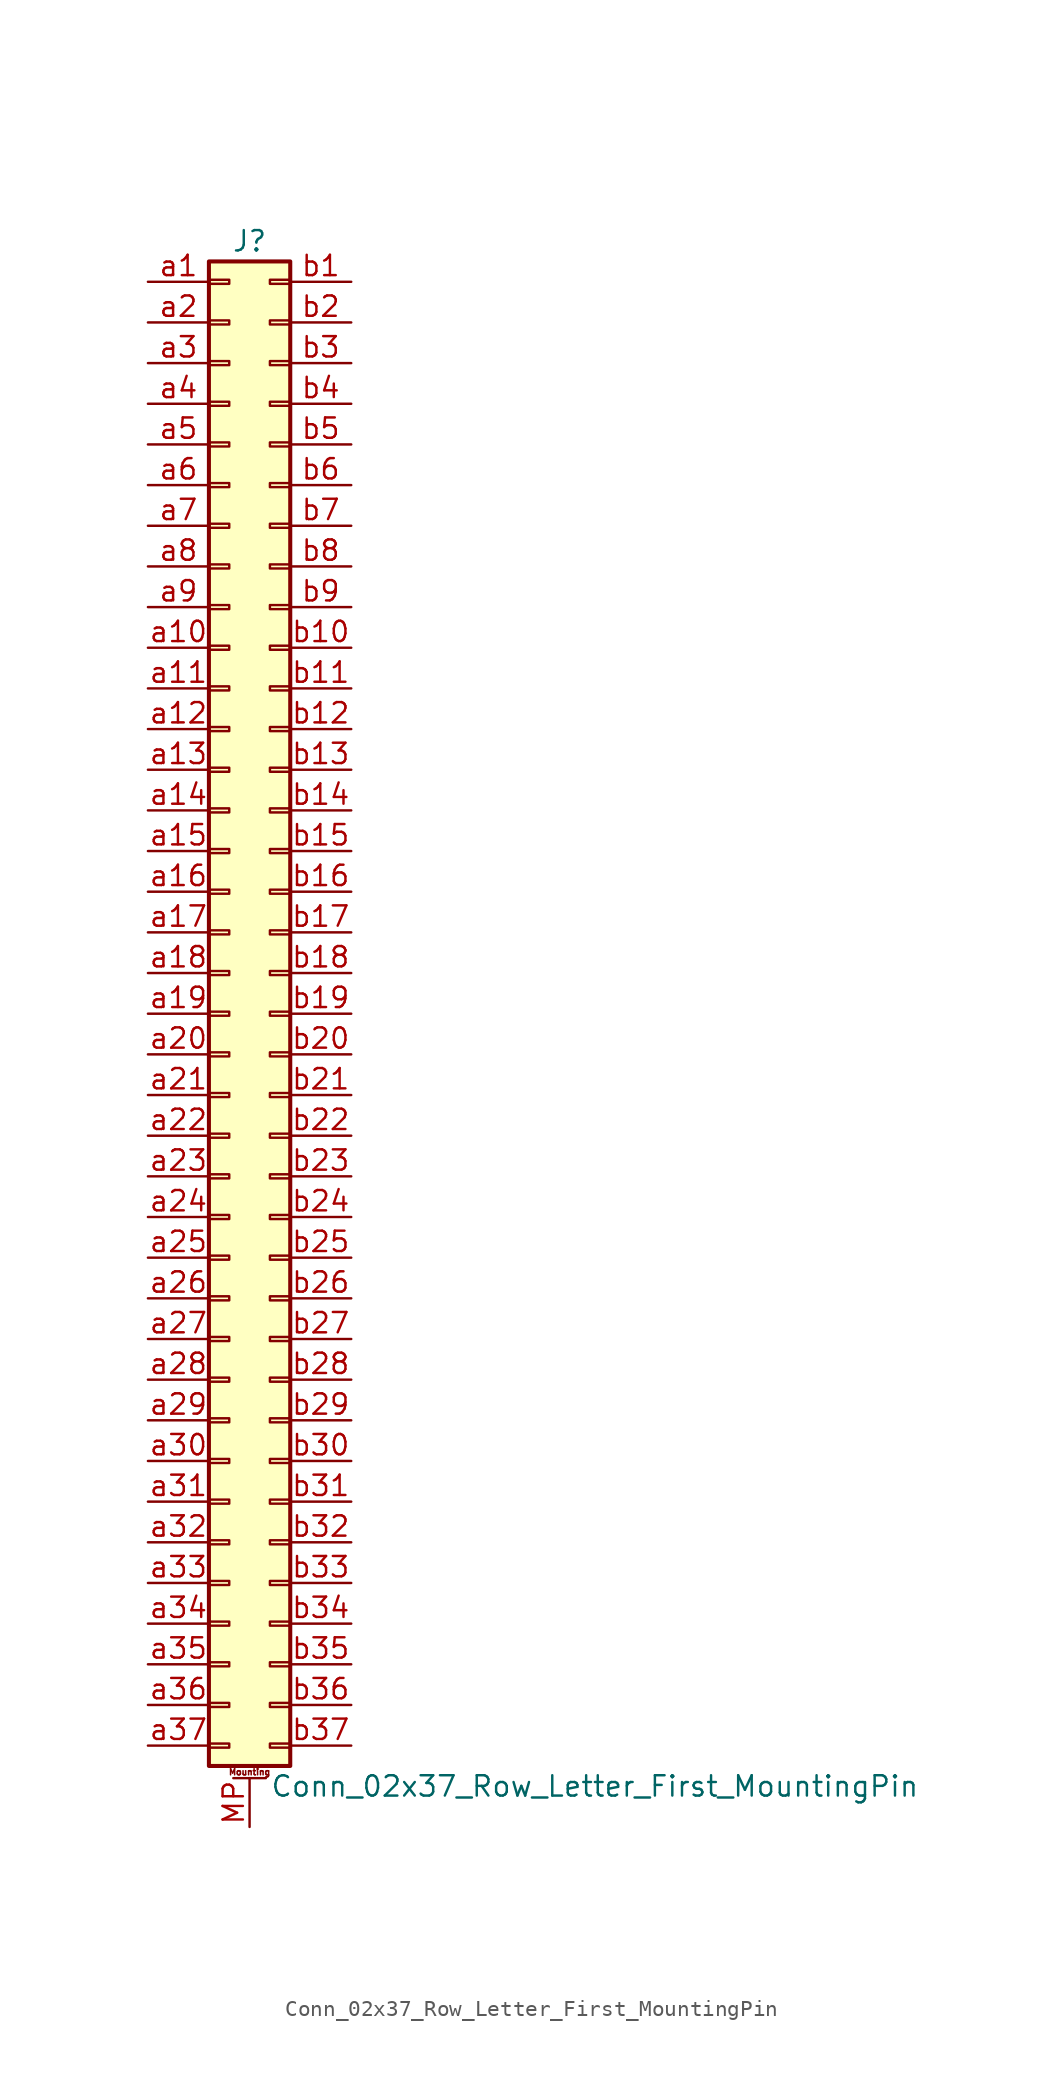
<source format=kicad_sym>
(kicad_symbol_lib
  (version 20220914)
  (generator kicad_symbol_editor)
  (symbol "Conn_02x37_Row_Letter_First_MountingPin"
    (pin_names
      (offset 1.016) hide)
    (property "Reference" "J"
      (at 1.27 48.26 0)
      (effects (font (size 1.27 1.27))))
    (property "Value" "Conn_02x37_Row_Letter_First_MountingPin"
      (at 2.54 -48.26 0)
      (effects (font (size 1.27 1.27)) (justify left)))
    (symbol "Conn_02x37_Row_Letter_First_MountingPin_1_1"
      (rectangle (start -1.27 -45.593) (end 0 -45.847) (stroke (width 0.152) (type default)) (fill (type none)))
      (rectangle (start -1.27 -43.053) (end 0 -43.307) (stroke (width 0.152) (type default)) (fill (type none)))
      (rectangle (start -1.27 -40.513) (end 0 -40.767) (stroke (width 0.152) (type default)) (fill (type none)))
      (rectangle (start -1.27 -37.973) (end 0 -38.227) (stroke (width 0.152) (type default)) (fill (type none)))
      (rectangle (start -1.27 -35.433) (end 0 -35.687) (stroke (width 0.152) (type default)) (fill (type none)))
      (rectangle (start -1.27 -32.893) (end 0 -33.147) (stroke (width 0.152) (type default)) (fill (type none)))
      (rectangle (start -1.27 -30.353) (end 0 -30.607) (stroke (width 0.152) (type default)) (fill (type none)))
      (rectangle (start -1.27 -27.813) (end 0 -28.067) (stroke (width 0.152) (type default)) (fill (type none)))
      (rectangle (start -1.27 -25.273) (end 0 -25.527) (stroke (width 0.152) (type default)) (fill (type none)))
      (rectangle (start -1.27 -22.733) (end 0 -22.987) (stroke (width 0.152) (type default)) (fill (type none)))
      (rectangle (start -1.27 -20.193) (end 0 -20.447) (stroke (width 0.152) (type default)) (fill (type none)))
      (rectangle (start -1.27 -17.653) (end 0 -17.907) (stroke (width 0.152) (type default)) (fill (type none)))
      (rectangle (start -1.27 -15.113) (end 0 -15.367) (stroke (width 0.152) (type default)) (fill (type none)))
      (rectangle (start -1.27 -12.573) (end 0 -12.827) (stroke (width 0.152) (type default)) (fill (type none)))
      (rectangle (start -1.27 -10.033) (end 0 -10.287) (stroke (width 0.152) (type default)) (fill (type none)))
      (rectangle (start -1.27 -7.493) (end 0 -7.747) (stroke (width 0.152) (type default)) (fill (type none)))
      (rectangle (start -1.27 -4.953) (end 0 -5.207) (stroke (width 0.152) (type default)) (fill (type none)))
      (rectangle (start -1.27 -2.413) (end 0 -2.667) (stroke (width 0.152) (type default)) (fill (type none)))
      (rectangle (start -1.27 0.127) (end 0 -0.127) (stroke (width 0.152) (type default)) (fill (type none)))
      (rectangle (start -1.27 2.667) (end 0 2.413) (stroke (width 0.152) (type default)) (fill (type none)))
      (rectangle (start -1.27 5.207) (end 0 4.953) (stroke (width 0.152) (type default)) (fill (type none)))
      (rectangle (start -1.27 7.747) (end 0 7.493) (stroke (width 0.152) (type default)) (fill (type none)))
      (rectangle (start -1.27 10.287) (end 0 10.033) (stroke (width 0.152) (type default)) (fill (type none)))
      (rectangle (start -1.27 12.827) (end 0 12.573) (stroke (width 0.152) (type default)) (fill (type none)))
      (rectangle (start -1.27 15.367) (end 0 15.113) (stroke (width 0.152) (type default)) (fill (type none)))
      (rectangle (start -1.27 17.907) (end 0 17.653) (stroke (width 0.152) (type default)) (fill (type none)))
      (rectangle (start -1.27 20.447) (end 0 20.193) (stroke (width 0.152) (type default)) (fill (type none)))
      (rectangle (start -1.27 22.987) (end 0 22.733) (stroke (width 0.152) (type default)) (fill (type none)))
      (rectangle (start -1.27 25.527) (end 0 25.273) (stroke (width 0.152) (type default)) (fill (type none)))
      (rectangle (start -1.27 28.067) (end 0 27.813) (stroke (width 0.152) (type default)) (fill (type none)))
      (rectangle (start -1.27 30.607) (end 0 30.353) (stroke (width 0.152) (type default)) (fill (type none)))
      (rectangle (start -1.27 33.147) (end 0 32.893) (stroke (width 0.152) (type default)) (fill (type none)))
      (rectangle (start -1.27 35.687) (end 0 35.433) (stroke (width 0.152) (type default)) (fill (type none)))
      (rectangle (start -1.27 38.227) (end 0 37.973) (stroke (width 0.152) (type default)) (fill (type none)))
      (rectangle (start -1.27 40.767) (end 0 40.513) (stroke (width 0.152) (type default)) (fill (type none)))
      (rectangle (start -1.27 43.307) (end 0 43.053) (stroke (width 0.152) (type default)) (fill (type none)))
      (rectangle (start -1.27 45.847) (end 0 45.593) (stroke (width 0.152) (type default)) (fill (type none)))
      (rectangle (start -1.27 46.99) (end 3.81 -46.99) (stroke (width 0.254) (type default)) (fill (type background)))
      (polyline (pts (xy 0.254 -47.752) (xy 2.286 -47.752)) (stroke (width 0.152) (type default)) (fill (type none)))
      (rectangle (start 3.81 -45.593) (end 2.54 -45.847) (stroke (width 0.152) (type default)) (fill (type none)))
      (rectangle (start 3.81 -43.053) (end 2.54 -43.307) (stroke (width 0.152) (type default)) (fill (type none)))
      (rectangle (start 3.81 -40.513) (end 2.54 -40.767) (stroke (width 0.152) (type default)) (fill (type none)))
      (rectangle (start 3.81 -37.973) (end 2.54 -38.227) (stroke (width 0.152) (type default)) (fill (type none)))
      (rectangle (start 3.81 -35.433) (end 2.54 -35.687) (stroke (width 0.152) (type default)) (fill (type none)))
      (rectangle (start 3.81 -32.893) (end 2.54 -33.147) (stroke (width 0.152) (type default)) (fill (type none)))
      (rectangle (start 3.81 -30.353) (end 2.54 -30.607) (stroke (width 0.152) (type default)) (fill (type none)))
      (rectangle (start 3.81 -27.813) (end 2.54 -28.067) (stroke (width 0.152) (type default)) (fill (type none)))
      (rectangle (start 3.81 -25.273) (end 2.54 -25.527) (stroke (width 0.152) (type default)) (fill (type none)))
      (rectangle (start 3.81 -22.733) (end 2.54 -22.987) (stroke (width 0.152) (type default)) (fill (type none)))
      (rectangle (start 3.81 -20.193) (end 2.54 -20.447) (stroke (width 0.152) (type default)) (fill (type none)))
      (rectangle (start 3.81 -17.653) (end 2.54 -17.907) (stroke (width 0.152) (type default)) (fill (type none)))
      (rectangle (start 3.81 -15.113) (end 2.54 -15.367) (stroke (width 0.152) (type default)) (fill (type none)))
      (rectangle (start 3.81 -12.573) (end 2.54 -12.827) (stroke (width 0.152) (type default)) (fill (type none)))
      (rectangle (start 3.81 -10.033) (end 2.54 -10.287) (stroke (width 0.152) (type default)) (fill (type none)))
      (rectangle (start 3.81 -7.493) (end 2.54 -7.747) (stroke (width 0.152) (type default)) (fill (type none)))
      (rectangle (start 3.81 -4.953) (end 2.54 -5.207) (stroke (width 0.152) (type default)) (fill (type none)))
      (rectangle (start 3.81 -2.413) (end 2.54 -2.667) (stroke (width 0.152) (type default)) (fill (type none)))
      (rectangle (start 3.81 0.127) (end 2.54 -0.127) (stroke (width 0.152) (type default)) (fill (type none)))
      (rectangle (start 3.81 2.667) (end 2.54 2.413) (stroke (width 0.152) (type default)) (fill (type none)))
      (rectangle (start 3.81 5.207) (end 2.54 4.953) (stroke (width 0.152) (type default)) (fill (type none)))
      (rectangle (start 3.81 7.747) (end 2.54 7.493) (stroke (width 0.152) (type default)) (fill (type none)))
      (rectangle (start 3.81 10.287) (end 2.54 10.033) (stroke (width 0.152) (type default)) (fill (type none)))
      (rectangle (start 3.81 12.827) (end 2.54 12.573) (stroke (width 0.152) (type default)) (fill (type none)))
      (rectangle (start 3.81 15.367) (end 2.54 15.113) (stroke (width 0.152) (type default)) (fill (type none)))
      (rectangle (start 3.81 17.907) (end 2.54 17.653) (stroke (width 0.152) (type default)) (fill (type none)))
      (rectangle (start 3.81 20.447) (end 2.54 20.193) (stroke (width 0.152) (type default)) (fill (type none)))
      (rectangle (start 3.81 22.987) (end 2.54 22.733) (stroke (width 0.152) (type default)) (fill (type none)))
      (rectangle (start 3.81 25.527) (end 2.54 25.273) (stroke (width 0.152) (type default)) (fill (type none)))
      (rectangle (start 3.81 28.067) (end 2.54 27.813) (stroke (width 0.152) (type default)) (fill (type none)))
      (rectangle (start 3.81 30.607) (end 2.54 30.353) (stroke (width 0.152) (type default)) (fill (type none)))
      (rectangle (start 3.81 33.147) (end 2.54 32.893) (stroke (width 0.152) (type default)) (fill (type none)))
      (rectangle (start 3.81 35.687) (end 2.54 35.433) (stroke (width 0.152) (type default)) (fill (type none)))
      (rectangle (start 3.81 38.227) (end 2.54 37.973) (stroke (width 0.152) (type default)) (fill (type none)))
      (rectangle (start 3.81 40.767) (end 2.54 40.513) (stroke (width 0.152) (type default)) (fill (type none)))
      (rectangle (start 3.81 43.307) (end 2.54 43.053) (stroke (width 0.152) (type default)) (fill (type none)))
      (rectangle (start 3.81 45.847) (end 2.54 45.593) (stroke (width 0.152) (type default)) (fill (type none)))
      (text "Mounting" (at 1.27 -47.371 0) (effects (font (size 0.381 0.381))))
      (pin passive line (at 1.27 -50.8 90) (length 3.048) (name "MountPin" (effects (font (size 1.27 1.27)))) (number "MP" (effects (font (size 1.27 1.27)))))
      (pin passive line (at -5.08 45.72 0) (length 3.81) (name "Pin_a1" (effects (font (size 1.27 1.27)))) (number "a1" (effects (font (size 1.27 1.27)))))
      (pin passive line (at -5.08 22.86 0) (length 3.81) (name "Pin_a10" (effects (font (size 1.27 1.27)))) (number "a10" (effects (font (size 1.27 1.27)))))
      (pin passive line (at -5.08 20.32 0) (length 3.81) (name "Pin_a11" (effects (font (size 1.27 1.27)))) (number "a11" (effects (font (size 1.27 1.27)))))
      (pin passive line (at -5.08 17.78 0) (length 3.81) (name "Pin_a12" (effects (font (size 1.27 1.27)))) (number "a12" (effects (font (size 1.27 1.27)))))
      (pin passive line (at -5.08 15.24 0) (length 3.81) (name "Pin_a13" (effects (font (size 1.27 1.27)))) (number "a13" (effects (font (size 1.27 1.27)))))
      (pin passive line (at -5.08 12.7 0) (length 3.81) (name "Pin_a14" (effects (font (size 1.27 1.27)))) (number "a14" (effects (font (size 1.27 1.27)))))
      (pin passive line (at -5.08 10.16 0) (length 3.81) (name "Pin_a15" (effects (font (size 1.27 1.27)))) (number "a15" (effects (font (size 1.27 1.27)))))
      (pin passive line (at -5.08 7.62 0) (length 3.81) (name "Pin_a16" (effects (font (size 1.27 1.27)))) (number "a16" (effects (font (size 1.27 1.27)))))
      (pin passive line (at -5.08 5.08 0) (length 3.81) (name "Pin_a17" (effects (font (size 1.27 1.27)))) (number "a17" (effects (font (size 1.27 1.27)))))
      (pin passive line (at -5.08 2.54 0) (length 3.81) (name "Pin_a18" (effects (font (size 1.27 1.27)))) (number "a18" (effects (font (size 1.27 1.27)))))
      (pin passive line (at -5.08 0 0) (length 3.81) (name "Pin_a19" (effects (font (size 1.27 1.27)))) (number "a19" (effects (font (size 1.27 1.27)))))
      (pin passive line (at -5.08 43.18 0) (length 3.81) (name "Pin_a2" (effects (font (size 1.27 1.27)))) (number "a2" (effects (font (size 1.27 1.27)))))
      (pin passive line (at -5.08 -2.54 0) (length 3.81) (name "Pin_a20" (effects (font (size 1.27 1.27)))) (number "a20" (effects (font (size 1.27 1.27)))))
      (pin passive line (at -5.08 -5.08 0) (length 3.81) (name "Pin_a21" (effects (font (size 1.27 1.27)))) (number "a21" (effects (font (size 1.27 1.27)))))
      (pin passive line (at -5.08 -7.62 0) (length 3.81) (name "Pin_a22" (effects (font (size 1.27 1.27)))) (number "a22" (effects (font (size 1.27 1.27)))))
      (pin passive line (at -5.08 -10.16 0) (length 3.81) (name "Pin_a23" (effects (font (size 1.27 1.27)))) (number "a23" (effects (font (size 1.27 1.27)))))
      (pin passive line (at -5.08 -12.7 0) (length 3.81) (name "Pin_a24" (effects (font (size 1.27 1.27)))) (number "a24" (effects (font (size 1.27 1.27)))))
      (pin passive line (at -5.08 -15.24 0) (length 3.81) (name "Pin_a25" (effects (font (size 1.27 1.27)))) (number "a25" (effects (font (size 1.27 1.27)))))
      (pin passive line (at -5.08 -17.78 0) (length 3.81) (name "Pin_a26" (effects (font (size 1.27 1.27)))) (number "a26" (effects (font (size 1.27 1.27)))))
      (pin passive line (at -5.08 -20.32 0) (length 3.81) (name "Pin_a27" (effects (font (size 1.27 1.27)))) (number "a27" (effects (font (size 1.27 1.27)))))
      (pin passive line (at -5.08 -22.86 0) (length 3.81) (name "Pin_a28" (effects (font (size 1.27 1.27)))) (number "a28" (effects (font (size 1.27 1.27)))))
      (pin passive line (at -5.08 -25.4 0) (length 3.81) (name "Pin_a29" (effects (font (size 1.27 1.27)))) (number "a29" (effects (font (size 1.27 1.27)))))
      (pin passive line (at -5.08 40.64 0) (length 3.81) (name "Pin_a3" (effects (font (size 1.27 1.27)))) (number "a3" (effects (font (size 1.27 1.27)))))
      (pin passive line (at -5.08 -27.94 0) (length 3.81) (name "Pin_a30" (effects (font (size 1.27 1.27)))) (number "a30" (effects (font (size 1.27 1.27)))))
      (pin passive line (at -5.08 -30.48 0) (length 3.81) (name "Pin_a31" (effects (font (size 1.27 1.27)))) (number "a31" (effects (font (size 1.27 1.27)))))
      (pin passive line (at -5.08 -33.02 0) (length 3.81) (name "Pin_a32" (effects (font (size 1.27 1.27)))) (number "a32" (effects (font (size 1.27 1.27)))))
      (pin passive line (at -5.08 -35.56 0) (length 3.81) (name "Pin_a33" (effects (font (size 1.27 1.27)))) (number "a33" (effects (font (size 1.27 1.27)))))
      (pin passive line (at -5.08 -38.1 0) (length 3.81) (name "Pin_a34" (effects (font (size 1.27 1.27)))) (number "a34" (effects (font (size 1.27 1.27)))))
      (pin passive line (at -5.08 -40.64 0) (length 3.81) (name "Pin_a35" (effects (font (size 1.27 1.27)))) (number "a35" (effects (font (size 1.27 1.27)))))
      (pin passive line (at -5.08 -43.18 0) (length 3.81) (name "Pin_a36" (effects (font (size 1.27 1.27)))) (number "a36" (effects (font (size 1.27 1.27)))))
      (pin passive line (at -5.08 -45.72 0) (length 3.81) (name "Pin_a37" (effects (font (size 1.27 1.27)))) (number "a37" (effects (font (size 1.27 1.27)))))
      (pin passive line (at -5.08 38.1 0) (length 3.81) (name "Pin_a4" (effects (font (size 1.27 1.27)))) (number "a4" (effects (font (size 1.27 1.27)))))
      (pin passive line (at -5.08 35.56 0) (length 3.81) (name "Pin_a5" (effects (font (size 1.27 1.27)))) (number "a5" (effects (font (size 1.27 1.27)))))
      (pin passive line (at -5.08 33.02 0) (length 3.81) (name "Pin_a6" (effects (font (size 1.27 1.27)))) (number "a6" (effects (font (size 1.27 1.27)))))
      (pin passive line (at -5.08 30.48 0) (length 3.81) (name "Pin_a7" (effects (font (size 1.27 1.27)))) (number "a7" (effects (font (size 1.27 1.27)))))
      (pin passive line (at -5.08 27.94 0) (length 3.81) (name "Pin_a8" (effects (font (size 1.27 1.27)))) (number "a8" (effects (font (size 1.27 1.27)))))
      (pin passive line (at -5.08 25.4 0) (length 3.81) (name "Pin_a9" (effects (font (size 1.27 1.27)))) (number "a9" (effects (font (size 1.27 1.27)))))
      (pin passive line (at 7.62 45.72 180) (length 3.81) (name "Pin_b1" (effects (font (size 1.27 1.27)))) (number "b1" (effects (font (size 1.27 1.27)))))
      (pin passive line (at 7.62 22.86 180) (length 3.81) (name "Pin_b10" (effects (font (size 1.27 1.27)))) (number "b10" (effects (font (size 1.27 1.27)))))
      (pin passive line (at 7.62 20.32 180) (length 3.81) (name "Pin_b11" (effects (font (size 1.27 1.27)))) (number "b11" (effects (font (size 1.27 1.27)))))
      (pin passive line (at 7.62 17.78 180) (length 3.81) (name "Pin_b12" (effects (font (size 1.27 1.27)))) (number "b12" (effects (font (size 1.27 1.27)))))
      (pin passive line (at 7.62 15.24 180) (length 3.81) (name "Pin_b13" (effects (font (size 1.27 1.27)))) (number "b13" (effects (font (size 1.27 1.27)))))
      (pin passive line (at 7.62 12.7 180) (length 3.81) (name "Pin_b14" (effects (font (size 1.27 1.27)))) (number "b14" (effects (font (size 1.27 1.27)))))
      (pin passive line (at 7.62 10.16 180) (length 3.81) (name "Pin_b15" (effects (font (size 1.27 1.27)))) (number "b15" (effects (font (size 1.27 1.27)))))
      (pin passive line (at 7.62 7.62 180) (length 3.81) (name "Pin_b16" (effects (font (size 1.27 1.27)))) (number "b16" (effects (font (size 1.27 1.27)))))
      (pin passive line (at 7.62 5.08 180) (length 3.81) (name "Pin_b17" (effects (font (size 1.27 1.27)))) (number "b17" (effects (font (size 1.27 1.27)))))
      (pin passive line (at 7.62 2.54 180) (length 3.81) (name "Pin_b18" (effects (font (size 1.27 1.27)))) (number "b18" (effects (font (size 1.27 1.27)))))
      (pin passive line (at 7.62 0 180) (length 3.81) (name "Pin_b19" (effects (font (size 1.27 1.27)))) (number "b19" (effects (font (size 1.27 1.27)))))
      (pin passive line (at 7.62 43.18 180) (length 3.81) (name "Pin_b2" (effects (font (size 1.27 1.27)))) (number "b2" (effects (font (size 1.27 1.27)))))
      (pin passive line (at 7.62 -2.54 180) (length 3.81) (name "Pin_b20" (effects (font (size 1.27 1.27)))) (number "b20" (effects (font (size 1.27 1.27)))))
      (pin passive line (at 7.62 -5.08 180) (length 3.81) (name "Pin_b21" (effects (font (size 1.27 1.27)))) (number "b21" (effects (font (size 1.27 1.27)))))
      (pin passive line (at 7.62 -7.62 180) (length 3.81) (name "Pin_b22" (effects (font (size 1.27 1.27)))) (number "b22" (effects (font (size 1.27 1.27)))))
      (pin passive line (at 7.62 -10.16 180) (length 3.81) (name "Pin_b23" (effects (font (size 1.27 1.27)))) (number "b23" (effects (font (size 1.27 1.27)))))
      (pin passive line (at 7.62 -12.7 180) (length 3.81) (name "Pin_b24" (effects (font (size 1.27 1.27)))) (number "b24" (effects (font (size 1.27 1.27)))))
      (pin passive line (at 7.62 -15.24 180) (length 3.81) (name "Pin_b25" (effects (font (size 1.27 1.27)))) (number "b25" (effects (font (size 1.27 1.27)))))
      (pin passive line (at 7.62 -17.78 180) (length 3.81) (name "Pin_b26" (effects (font (size 1.27 1.27)))) (number "b26" (effects (font (size 1.27 1.27)))))
      (pin passive line (at 7.62 -20.32 180) (length 3.81) (name "Pin_b27" (effects (font (size 1.27 1.27)))) (number "b27" (effects (font (size 1.27 1.27)))))
      (pin passive line (at 7.62 -22.86 180) (length 3.81) (name "Pin_b28" (effects (font (size 1.27 1.27)))) (number "b28" (effects (font (size 1.27 1.27)))))
      (pin passive line (at 7.62 -25.4 180) (length 3.81) (name "Pin_b29" (effects (font (size 1.27 1.27)))) (number "b29" (effects (font (size 1.27 1.27)))))
      (pin passive line (at 7.62 40.64 180) (length 3.81) (name "Pin_b3" (effects (font (size 1.27 1.27)))) (number "b3" (effects (font (size 1.27 1.27)))))
      (pin passive line (at 7.62 -27.94 180) (length 3.81) (name "Pin_b30" (effects (font (size 1.27 1.27)))) (number "b30" (effects (font (size 1.27 1.27)))))
      (pin passive line (at 7.62 -30.48 180) (length 3.81) (name "Pin_b31" (effects (font (size 1.27 1.27)))) (number "b31" (effects (font (size 1.27 1.27)))))
      (pin passive line (at 7.62 -33.02 180) (length 3.81) (name "Pin_b32" (effects (font (size 1.27 1.27)))) (number "b32" (effects (font (size 1.27 1.27)))))
      (pin passive line (at 7.62 -35.56 180) (length 3.81) (name "Pin_b33" (effects (font (size 1.27 1.27)))) (number "b33" (effects (font (size 1.27 1.27)))))
      (pin passive line (at 7.62 -38.1 180) (length 3.81) (name "Pin_b34" (effects (font (size 1.27 1.27)))) (number "b34" (effects (font (size 1.27 1.27)))))
      (pin passive line (at 7.62 -40.64 180) (length 3.81) (name "Pin_b35" (effects (font (size 1.27 1.27)))) (number "b35" (effects (font (size 1.27 1.27)))))
      (pin passive line (at 7.62 -43.18 180) (length 3.81) (name "Pin_b36" (effects (font (size 1.27 1.27)))) (number "b36" (effects (font (size 1.27 1.27)))))
      (pin passive line (at 7.62 -45.72 180) (length 3.81) (name "Pin_b37" (effects (font (size 1.27 1.27)))) (number "b37" (effects (font (size 1.27 1.27)))))
      (pin passive line (at 7.62 38.1 180) (length 3.81) (name "Pin_b4" (effects (font (size 1.27 1.27)))) (number "b4" (effects (font (size 1.27 1.27)))))
      (pin passive line (at 7.62 35.56 180) (length 3.81) (name "Pin_b5" (effects (font (size 1.27 1.27)))) (number "b5" (effects (font (size 1.27 1.27)))))
      (pin passive line (at 7.62 33.02 180) (length 3.81) (name "Pin_b6" (effects (font (size 1.27 1.27)))) (number "b6" (effects (font (size 1.27 1.27)))))
      (pin passive line (at 7.62 30.48 180) (length 3.81) (name "Pin_b7" (effects (font (size 1.27 1.27)))) (number "b7" (effects (font (size 1.27 1.27)))))
      (pin passive line (at 7.62 27.94 180) (length 3.81) (name "Pin_b8" (effects (font (size 1.27 1.27)))) (number "b8" (effects (font (size 1.27 1.27)))))
      (pin passive line (at 7.62 25.4 180) (length 3.81) (name "Pin_b9" (effects (font (size 1.27 1.27)))) (number "b9" (effects (font (size 1.27 1.27))))))))
</source>
